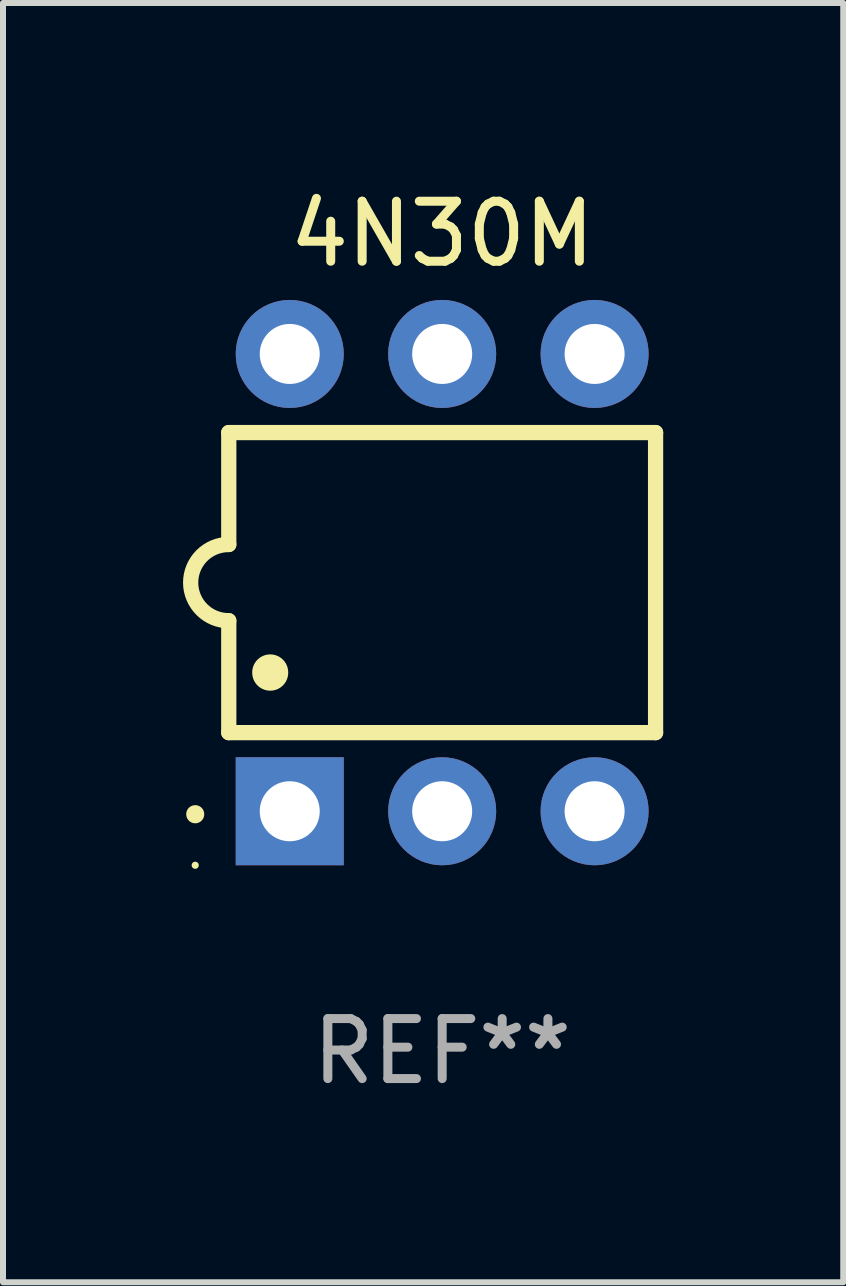
<source format=kicad_pcb>
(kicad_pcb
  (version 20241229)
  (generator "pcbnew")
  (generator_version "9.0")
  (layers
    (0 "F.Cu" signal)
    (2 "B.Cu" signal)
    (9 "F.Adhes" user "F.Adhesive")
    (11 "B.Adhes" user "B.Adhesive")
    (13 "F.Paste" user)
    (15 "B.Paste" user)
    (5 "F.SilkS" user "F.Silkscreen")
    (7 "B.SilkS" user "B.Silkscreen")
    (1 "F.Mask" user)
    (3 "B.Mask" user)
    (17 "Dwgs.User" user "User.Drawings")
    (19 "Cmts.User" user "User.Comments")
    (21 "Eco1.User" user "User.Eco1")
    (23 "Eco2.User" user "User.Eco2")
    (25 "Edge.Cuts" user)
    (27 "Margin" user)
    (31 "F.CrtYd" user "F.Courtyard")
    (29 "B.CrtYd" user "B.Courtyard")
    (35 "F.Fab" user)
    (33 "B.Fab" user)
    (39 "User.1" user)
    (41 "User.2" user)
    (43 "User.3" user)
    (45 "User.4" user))
  (footprint "4N30M"
    (layer "F.Cu")
    (at 4.318 6.658)
    (property "Reference" "4N30M" (at 0 -5.81 0) (layer "F.SilkS") (effects (font (size 1 1) (thickness 0.15))))
    (attr through_hole)
    (fp_line (start -3.556 -2.5) (end 3.556 -2.5) (stroke (width 0.254) (type solid)) (layer "F.SilkS"))
    (fp_line (start -3.556 -0.635) (end -3.556 -2.5) (stroke (width 0.254) (type solid)) (layer "F.SilkS"))
    (fp_line (start -3.556 0.635) (end -3.556 2.5) (stroke (width 0.254) (type solid)) (layer "F.SilkS"))
    (fp_line (start -3.556 2.5) (end 3.556 2.5) (stroke (width 0.254) (type solid)) (layer "F.SilkS"))
    (fp_line (start 3.556 -2.5) (end 3.556 2.5) (stroke (width 0.254) (type solid)) (layer "F.SilkS"))
    (fp_arc (start -4.114808 3.860808) (mid -4.114813 3.859538) (end -4.114808 3.858268) (stroke (width 0.3) (type solid)) (layer "F.SilkS"))
    (fp_arc (start -3.556007 0.635001) (mid -4.191008 0) (end -3.556007 -0.635001) (stroke (width 0.254001) (type solid)) (layer "F.SilkS"))
    (fp_arc (start -2.865405 1.501143) (mid -2.865416 1.498603) (end -2.865405 1.496063) (stroke (width 0.6) (type solid)) (layer "F.SilkS"))
    (fp_circle (center -4.115 4.71) (end -4.085 4.71) (stroke (width 0.06) (type solid)) (fill no) (layer "F.SilkS"))
    (fp_text user "REF**" (at 0 7.81 0) (layer "F.Fab") (effects (font (size 1 1) (thickness 0.15))))
    (pad "1" thru_hole rect (at -2.54 3.81 90) (size 1.8 1.8) (drill 1) (layers "*.Cu" "*.Mask"))
    (pad "2" thru_hole circle (at 0 3.81) (size 1.8 1.8) (drill 1) (layers "*.Cu" "*.Mask"))
    (pad "3" thru_hole circle (at 2.54 3.81) (size 1.8 1.8) (drill 1) (layers "*.Cu" "*.Mask"))
    (pad "4" thru_hole circle (at 2.54 -3.81) (size 1.8 1.8) (drill 1) (layers "*.Cu" "*.Mask"))
    (pad "5" thru_hole circle (at 0 -3.81) (size 1.8 1.8) (drill 1) (layers "*.Cu" "*.Mask"))
    (pad "6" thru_hole circle (at -2.54 -3.81) (size 1.8 1.8) (drill 1) (layers "*.Cu" "*.Mask")))
  (gr_rect
    (start -3 -3)
    (end 11.001 18.317)
    (stroke (width 0.1) (type default))
    (fill no)
    (layer "Edge.Cuts")))
</source>
